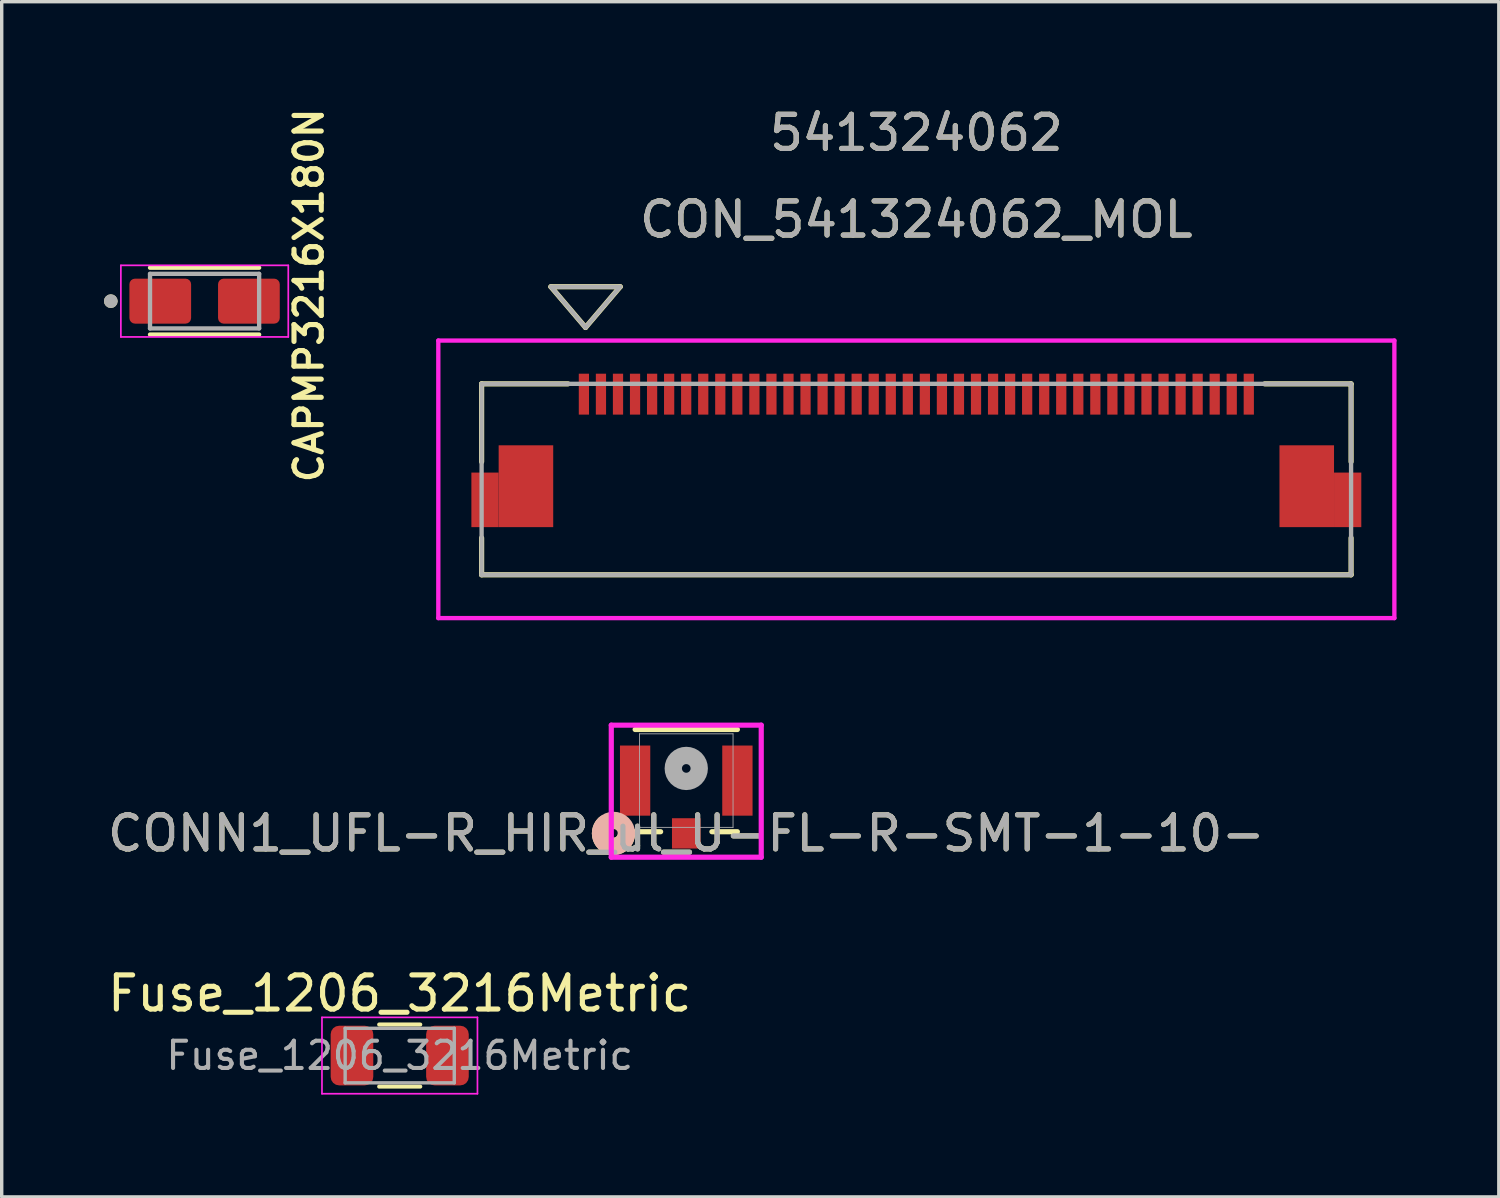
<source format=kicad_pcb>
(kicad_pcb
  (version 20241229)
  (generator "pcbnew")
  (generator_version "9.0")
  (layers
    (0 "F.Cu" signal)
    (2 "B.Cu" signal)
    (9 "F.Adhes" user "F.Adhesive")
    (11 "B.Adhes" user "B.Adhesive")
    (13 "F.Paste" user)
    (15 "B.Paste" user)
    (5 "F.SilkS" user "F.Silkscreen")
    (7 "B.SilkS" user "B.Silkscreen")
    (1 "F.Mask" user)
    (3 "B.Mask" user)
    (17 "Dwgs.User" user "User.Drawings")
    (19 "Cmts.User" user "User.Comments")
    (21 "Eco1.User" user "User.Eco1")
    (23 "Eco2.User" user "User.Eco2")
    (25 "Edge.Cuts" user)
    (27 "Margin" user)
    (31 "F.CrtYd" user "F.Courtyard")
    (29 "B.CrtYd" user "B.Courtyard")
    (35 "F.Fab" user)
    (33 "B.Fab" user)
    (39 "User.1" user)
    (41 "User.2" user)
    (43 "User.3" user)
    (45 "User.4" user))
  (footprint "CON_541324062_MOL"
    (layer "F.Cu")
    (at 23.825 11.008)
    (property "Reference" "CON_541324062_MOL" (at 0 -7.62 0) (unlocked yes) (layer "F.SilkS") (effects (font (size 1 1) (thickness 0.15))))
    (attr smd)
    (fp_poly (pts (xy -13.05 1.402) (xy -13.05 -0.198) (xy -12.25 -0.198) (xy -12.25 1.402)) (stroke (width 0) (type solid)) (fill yes) (layer "F.Cu"))
    (fp_poly (pts (xy 13.05 1.402) (xy 13.05 -0.198) (xy 12.25 -0.198) (xy 12.25 1.402)) (stroke (width 0) (type solid)) (fill yes) (layer "F.Cu"))
    (fp_poly (pts (xy -13.05 1.402) (xy -13.05 -0.198) (xy -12.25 -0.198) (xy -12.25 1.402)) (stroke (width 0) (type solid)) (fill yes) (layer "F.Mask"))
    (fp_poly (pts (xy 13.05 1.402) (xy 13.05 -0.198) (xy 12.25 -0.198) (xy 12.25 1.402)) (stroke (width 0) (type solid)) (fill yes) (layer "F.Mask"))
    (fp_line (start -12.75 -2.8) (end -12.75 -0.516) (stroke (width 0.152) (type solid)) (layer "F.SilkS"))
    (fp_line (start -12.75 1.719) (end -12.75 2.8) (stroke (width 0.152) (type solid)) (layer "F.SilkS"))
    (fp_line (start -12.75 2.8) (end 12.75 2.8) (stroke (width 0.152) (type solid)) (layer "F.SilkS"))
    (fp_line (start -10.718 -5.648) (end -9.702 -4.454) (stroke (width 0.152) (type solid)) (layer "F.SilkS"))
    (fp_line (start -10.718 -5.648) (end -8.686 -5.648) (stroke (width 0.152) (type solid)) (layer "F.SilkS"))
    (fp_line (start -10.217 -2.8) (end -12.75 -2.8) (stroke (width 0.152) (type solid)) (layer "F.SilkS"))
    (fp_line (start -8.686 -5.648) (end -9.702 -4.454) (stroke (width 0.152) (type solid)) (layer "F.SilkS"))
    (fp_line (start 12.75 -2.8) (end 10.218 -2.8) (stroke (width 0.152) (type solid)) (layer "F.SilkS"))
    (fp_line (start 12.75 -0.516) (end 12.75 -2.8) (stroke (width 0.152) (type solid)) (layer "F.SilkS"))
    (fp_line (start 12.75 2.8) (end 12.75 1.719) (stroke (width 0.152) (type solid)) (layer "F.SilkS"))
    (fp_poly (pts (xy -13.05 1.402) (xy -13.05 -0.198) (xy -12.25 -0.198) (xy -12.25 1.402)) (stroke (width 0) (type solid)) (fill yes) (layer "F.Paste"))
    (fp_poly (pts (xy 13.05 1.402) (xy 13.05 -0.198) (xy 12.25 -0.198) (xy 12.25 1.402)) (stroke (width 0) (type solid)) (fill yes) (layer "F.Paste"))
    (fp_line (start -14.02 -4.07) (end -14.02 4.07) (stroke (width 0.127) (type solid)) (layer "F.CrtYd"))
    (fp_line (start -14.02 4.07) (end 14.02 4.07) (stroke (width 0.127) (type solid)) (layer "F.CrtYd"))
    (fp_line (start 14.02 -4.07) (end -14.02 -4.07) (stroke (width 0.127) (type solid)) (layer "F.CrtYd"))
    (fp_line (start 14.02 4.07) (end 14.02 -4.07) (stroke (width 0.127) (type solid)) (layer "F.CrtYd"))
    (fp_line (start -12.75 -2.8) (end -12.75 2.8) (stroke (width 0.127) (type solid)) (layer "F.Fab"))
    (fp_line (start -12.75 2.8) (end 12.75 2.8) (stroke (width 0.127) (type solid)) (layer "F.Fab"))
    (fp_line (start -10.718 -5.648) (end -9.702 -4.454) (stroke (width 0.127) (type solid)) (layer "F.Fab"))
    (fp_line (start -10.718 -5.648) (end -8.686 -5.648) (stroke (width 0.127) (type solid)) (layer "F.Fab"))
    (fp_line (start -8.686 -5.648) (end -9.702 -4.454) (stroke (width 0.127) (type solid)) (layer "F.Fab"))
    (fp_line (start 12.75 -2.8) (end -12.75 -2.8) (stroke (width 0.127) (type solid)) (layer "F.Fab"))
    (fp_line (start 12.75 2.8) (end 12.75 -2.8) (stroke (width 0.127) (type solid)) (layer "F.Fab"))
    (fp_text user "541324062" (at 0 -10.16 0) (unlocked yes) (layer "F.SilkS") (effects (font (size 1 1) (thickness 0.15))))
    (fp_text user "${REFERENCE}" (at 0 -7.62 0) (unlocked yes) (layer "F.Fab") (effects (font (size 1 1) (thickness 0.15))))
    (fp_text user "541324062" (at 0 -10.16 0) (unlocked yes) (layer "F.Fab") (effects (font (size 1 1) (thickness 0.15))))
    (pad "1" smd rect (at -9.75 -2.498) (size 0.3 1.2) (layers "F.Cu" "F.Mask" "F.Paste"))
    (pad "2" smd rect (at -9.25 -2.498) (size 0.3 1.2) (layers "F.Cu" "F.Mask" "F.Paste"))
    (pad "3" smd rect (at -8.75 -2.498) (size 0.3 1.2) (layers "F.Cu" "F.Mask" "F.Paste"))
    (pad "4" smd rect (at -8.25 -2.498) (size 0.3 1.2) (layers "F.Cu" "F.Mask" "F.Paste"))
    (pad "5" smd rect (at -7.75 -2.498) (size 0.3 1.2) (layers "F.Cu" "F.Mask" "F.Paste"))
    (pad "6" smd rect (at -7.25 -2.498) (size 0.3 1.2) (layers "F.Cu" "F.Mask" "F.Paste"))
    (pad "7" smd rect (at -6.75 -2.498) (size 0.3 1.2) (layers "F.Cu" "F.Mask" "F.Paste"))
    (pad "8" smd rect (at -6.25 -2.498) (size 0.3 1.2) (layers "F.Cu" "F.Mask" "F.Paste"))
    (pad "9" smd rect (at -5.75 -2.498) (size 0.3 1.2) (layers "F.Cu" "F.Mask" "F.Paste"))
    (pad "10" smd rect (at -5.25 -2.498) (size 0.3 1.2) (layers "F.Cu" "F.Mask" "F.Paste"))
    (pad "11" smd rect (at -4.75 -2.498) (size 0.3 1.2) (layers "F.Cu" "F.Mask" "F.Paste"))
    (pad "12" smd rect (at -4.25 -2.498) (size 0.3 1.2) (layers "F.Cu" "F.Mask" "F.Paste"))
    (pad "13" smd rect (at -3.75 -2.498) (size 0.3 1.2) (layers "F.Cu" "F.Mask" "F.Paste"))
    (pad "14" smd rect (at -3.25 -2.498) (size 0.3 1.2) (layers "F.Cu" "F.Mask" "F.Paste"))
    (pad "15" smd rect (at -2.75 -2.498) (size 0.3 1.2) (layers "F.Cu" "F.Mask" "F.Paste"))
    (pad "16" smd rect (at -2.25 -2.498) (size 0.3 1.2) (layers "F.Cu" "F.Mask" "F.Paste"))
    (pad "17" smd rect (at -1.75 -2.498) (size 0.3 1.2) (layers "F.Cu" "F.Mask" "F.Paste"))
    (pad "18" smd rect (at -1.25 -2.498) (size 0.3 1.2) (layers "F.Cu" "F.Mask" "F.Paste"))
    (pad "19" smd rect (at -0.75 -2.498) (size 0.3 1.2) (layers "F.Cu" "F.Mask" "F.Paste"))
    (pad "20" smd rect (at -0.25 -2.498) (size 0.3 1.2) (layers "F.Cu" "F.Mask" "F.Paste"))
    (pad "21" smd rect (at 0.25 -2.498) (size 0.3 1.2) (layers "F.Cu" "F.Mask" "F.Paste"))
    (pad "22" smd rect (at 0.75 -2.498) (size 0.3 1.2) (layers "F.Cu" "F.Mask" "F.Paste"))
    (pad "23" smd rect (at 1.25 -2.498) (size 0.3 1.2) (layers "F.Cu" "F.Mask" "F.Paste"))
    (pad "24" smd rect (at 1.75 -2.498) (size 0.3 1.2) (layers "F.Cu" "F.Mask" "F.Paste"))
    (pad "25" smd rect (at 2.25 -2.498) (size 0.3 1.2) (layers "F.Cu" "F.Mask" "F.Paste"))
    (pad "26" smd rect (at 2.75 -2.498) (size 0.3 1.2) (layers "F.Cu" "F.Mask" "F.Paste"))
    (pad "27" smd rect (at 3.25 -2.498) (size 0.3 1.2) (layers "F.Cu" "F.Mask" "F.Paste"))
    (pad "28" smd rect (at 3.75 -2.498) (size 0.3 1.2) (layers "F.Cu" "F.Mask" "F.Paste"))
    (pad "29" smd rect (at 4.25 -2.498) (size 0.3 1.2) (layers "F.Cu" "F.Mask" "F.Paste"))
    (pad "30" smd rect (at 4.75 -2.498) (size 0.3 1.2) (layers "F.Cu" "F.Mask" "F.Paste"))
    (pad "31" smd rect (at 5.25 -2.498) (size 0.3 1.2) (layers "F.Cu" "F.Mask" "F.Paste"))
    (pad "32" smd rect (at 5.75 -2.498) (size 0.3 1.2) (layers "F.Cu" "F.Mask" "F.Paste"))
    (pad "33" smd rect (at 6.25 -2.498) (size 0.3 1.2) (layers "F.Cu" "F.Mask" "F.Paste"))
    (pad "34" smd rect (at 6.75 -2.498) (size 0.3 1.2) (layers "F.Cu" "F.Mask" "F.Paste"))
    (pad "35" smd rect (at 7.25 -2.498) (size 0.3 1.2) (layers "F.Cu" "F.Mask" "F.Paste"))
    (pad "36" smd rect (at 7.75 -2.498) (size 0.3 1.2) (layers "F.Cu" "F.Mask" "F.Paste"))
    (pad "37" smd rect (at 8.25 -2.498) (size 0.3 1.2) (layers "F.Cu" "F.Mask" "F.Paste"))
    (pad "38" smd rect (at 8.75 -2.498) (size 0.3 1.2) (layers "F.Cu" "F.Mask" "F.Paste"))
    (pad "39" smd rect (at 9.25 -2.498) (size 0.3 1.2) (layers "F.Cu" "F.Mask" "F.Paste"))
    (pad "40" smd rect (at 9.75 -2.498) (size 0.3 1.2) (layers "F.Cu" "F.Mask" "F.Paste"))
    (pad "P1" smd rect (at -11.45 0.202) (size 1.6 2.4) (layers "F.Cu" "F.Mask" "F.Paste"))
    (pad "P2" smd rect (at 11.45 0.202) (size 1.6 2.4) (layers "F.Cu" "F.Mask" "F.Paste")))
  (footprint "CAPMP3216X180N"
    (layer "F.Cu")
    (at 2.95 5.782)
    (property "Reference" "CAPMP3216X180N" (at 3.06 -0.17 90) (layer "F.SilkS") (effects (font (size 0.8 0.8) (thickness 0.15))))
    (attr smd)
    (fp_line (start -1.6 -0.98) (end 1.6 -0.98) (stroke (width 0.127) (type solid)) (layer "F.SilkS"))
    (fp_line (start -1.6 0.98) (end 1.6 0.98) (stroke (width 0.127) (type solid)) (layer "F.SilkS"))
    (fp_circle (center -2.75 0) (end -2.65 0) (stroke (width 0.2) (type solid)) (fill no) (layer "F.SilkS"))
    (fp_line (start -2.455 -1.05) (end 2.455 -1.05) (stroke (width 0.05) (type solid)) (layer "F.CrtYd"))
    (fp_line (start -2.455 1.05) (end -2.455 -1.05) (stroke (width 0.05) (type solid)) (layer "F.CrtYd"))
    (fp_line (start 2.455 -1.05) (end 2.455 1.05) (stroke (width 0.05) (type solid)) (layer "F.CrtYd"))
    (fp_line (start 2.455 1.05) (end -2.455 1.05) (stroke (width 0.05) (type solid)) (layer "F.CrtYd"))
    (fp_line (start -1.6 -0.8) (end -1.6 0.8) (stroke (width 0.127) (type solid)) (layer "F.Fab"))
    (fp_line (start -1.6 0.8) (end 1.6 0.8) (stroke (width 0.127) (type solid)) (layer "F.Fab"))
    (fp_line (start 1.6 -0.8) (end -1.6 -0.8) (stroke (width 0.127) (type solid)) (layer "F.Fab"))
    (fp_line (start 1.6 0.8) (end 1.6 -0.8) (stroke (width 0.127) (type solid)) (layer "F.Fab"))
    (fp_circle (center -2.75 0) (end -2.65 0) (stroke (width 0.2) (type solid)) (fill no) (layer "F.Fab"))
    (pad "1" smd roundrect (at -1.3 0) (size 1.81 1.32) (layers "F.Cu" "F.Mask" "F.Paste") (roundrect_rratio 0.125))
    (pad "2" smd roundrect (at 1.3 0) (size 1.81 1.32) (layers "F.Cu" "F.Mask" "F.Paste") (roundrect_rratio 0.125)))
  (footprint "Fuse_1206_3216Metric"
    (layer "F.Cu")
    (at 8.673 27.908)
    (property "Reference" "Fuse_1206_3216Metric" (at 0 -1.82 180) (layer "F.SilkS") (effects (font (size 1 1) (thickness 0.15))))
    (attr smd)
    (fp_line (start -0.602 -0.91) (end 0.602 -0.91) (stroke (width 0.12) (type solid)) (layer "F.SilkS"))
    (fp_line (start -0.602 0.91) (end 0.602 0.91) (stroke (width 0.12) (type solid)) (layer "F.SilkS"))
    (fp_line (start -2.28 -1.12) (end 2.28 -1.12) (stroke (width 0.05) (type solid)) (layer "F.CrtYd"))
    (fp_line (start -2.28 1.12) (end -2.28 -1.12) (stroke (width 0.05) (type solid)) (layer "F.CrtYd"))
    (fp_line (start 2.28 -1.12) (end 2.28 1.12) (stroke (width 0.05) (type solid)) (layer "F.CrtYd"))
    (fp_line (start 2.28 1.12) (end -2.28 1.12) (stroke (width 0.05) (type solid)) (layer "F.CrtYd"))
    (fp_line (start -1.6 -0.8) (end 1.6 -0.8) (stroke (width 0.1) (type solid)) (layer "F.Fab"))
    (fp_line (start -1.6 0.8) (end -1.6 -0.8) (stroke (width 0.1) (type solid)) (layer "F.Fab"))
    (fp_line (start 1.6 -0.8) (end 1.6 0.8) (stroke (width 0.1) (type solid)) (layer "F.Fab"))
    (fp_line (start 1.6 0.8) (end -1.6 0.8) (stroke (width 0.1) (type solid)) (layer "F.Fab"))
    (fp_text user "${REFERENCE}" (at 0 0 180) (layer "F.Fab") (effects (font (size 0.8 0.8) (thickness 0.12))))
    (pad "1" smd roundrect (at -1.4 0) (size 1.25 1.75) (layers "F.Cu" "F.Mask" "F.Paste") (roundrect_rratio 0.2))
    (pad "2" smd roundrect (at 1.4 0) (size 1.25 1.75) (layers "F.Cu" "F.Mask" "F.Paste") (roundrect_rratio 0.2)))
  (footprint "CONN1_UFL-R_HIR_ul_U-FL-R-SMT-1-10-"
    (layer "F.Cu")
    (at 17.077 19.844)
    (property "Reference" "CONN1_UFL-R_HIR_ul_U-FL-R-SMT-1-10-" (at 0 1.548 0) (unlocked yes) (layer "F.SilkS") (effects (font (size 1 1) (thickness 0.15))))
    (attr smd)
    (fp_line (start -1.499 1.499) (end -0.752 1.499) (stroke (width 0.152) (type solid)) (layer "F.SilkS"))
    (fp_line (start 0.752 1.499) (end 1.499 1.499) (stroke (width 0.152) (type solid)) (layer "F.SilkS"))
    (fp_line (start 1.499 -1.499) (end -1.499 -1.499) (stroke (width 0.152) (type solid)) (layer "F.SilkS"))
    (fp_arc (start -1.7526 1.548399) (mid -2.285063 1.897999) (end -2.394175 1.27044) (stroke (width 0.508) (type solid)) (layer "F.SilkS"))
    (fp_circle (center -2.134 1.548) (end -1.753 1.548) (stroke (width 0.508) (type solid)) (fill no) (layer "B.SilkS"))
    (fp_line (start -2.199 -1.626) (end -2.199 2.247) (stroke (width 0.152) (type solid)) (layer "F.CrtYd"))
    (fp_line (start -2.199 2.247) (end 2.199 2.247) (stroke (width 0.152) (type solid)) (layer "F.CrtYd"))
    (fp_line (start 2.199 -1.626) (end -2.199 -1.626) (stroke (width 0.152) (type solid)) (layer "F.CrtYd"))
    (fp_line (start 2.199 2.247) (end 2.199 -1.626) (stroke (width 0.152) (type solid)) (layer "F.CrtYd"))
    (fp_line (start -1.372 -1.372) (end -1.372 1.372) (stroke (width 0.025) (type solid)) (layer "F.Fab"))
    (fp_line (start -1.372 1.372) (end 1.372 1.372) (stroke (width 0.025) (type solid)) (layer "F.Fab"))
    (fp_line (start 1.372 -1.372) (end -1.372 -1.372) (stroke (width 0.025) (type solid)) (layer "F.Fab"))
    (fp_line (start 1.372 1.372) (end 1.372 -1.372) (stroke (width 0.025) (type solid)) (layer "F.Fab"))
    (fp_circle (center 0 -0.357) (end 0.381 -0.357) (stroke (width 0.508) (type solid)) (fill no) (layer "F.Fab"))
    (fp_text user "${REFERENCE}" (at 0 1.548 0) (unlocked yes) (layer "F.Fab") (effects (font (size 1 1) (thickness 0.15))))
    (pad "1" smd rect (at 0 1.548) (size 0.838 0.889) (layers "F.Cu" "F.Mask" "F.Paste"))
    (pad "2" smd rect (at -1.5 0) (size 0.889 2.057) (layers "F.Cu" "F.Mask" "F.Paste"))
    (pad "3" smd rect (at 1.5 0) (size 0.889 2.057) (layers "F.Cu" "F.Mask" "F.Paste")))
  (gr_rect
    (start -3 -3)
    (end 40.908 32.053)
    (stroke (width 0.1) (type default))
    (fill no)
    (layer "Edge.Cuts")))
</source>
